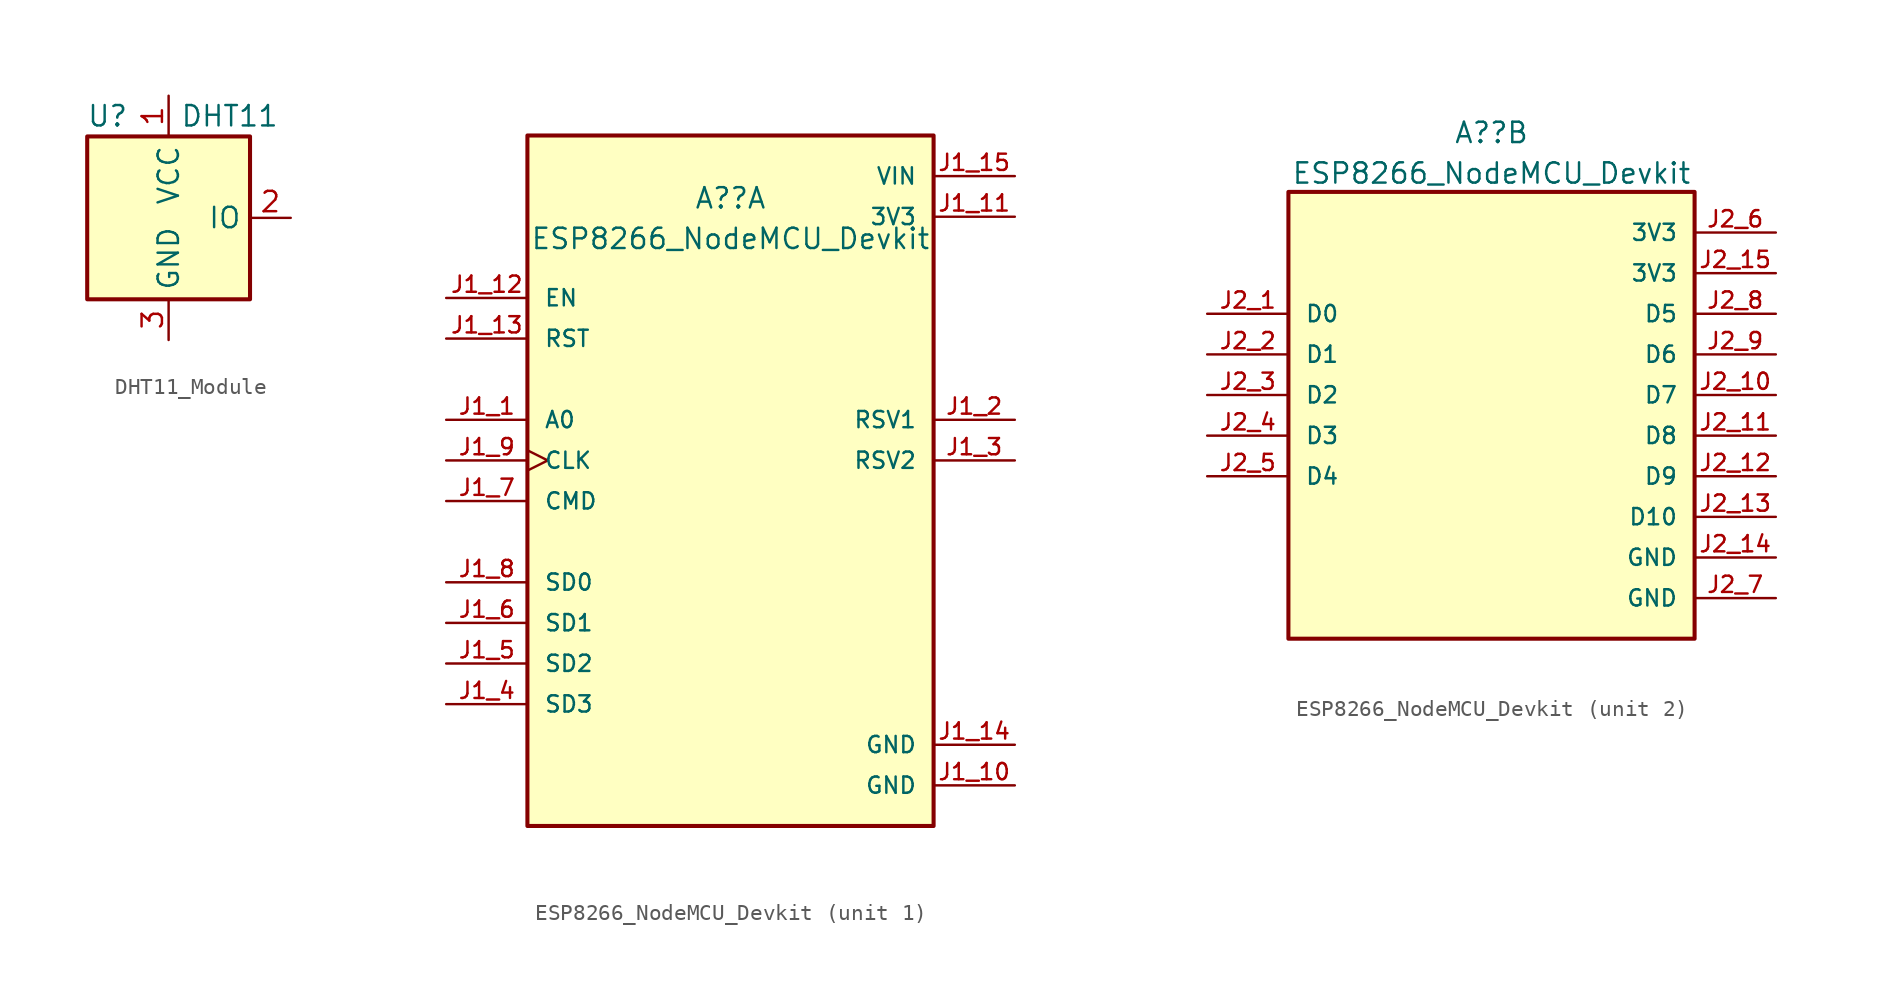
<source format=kicad_sym>
(kicad_symbol_lib
  (version 20220914)
  (generator kicad_symbol_editor)
  (symbol "DHT11_Module"
    (property "Reference" "U"
      (at -3.81 6.35 0)
      (effects (font (size 1.27 1.27))))
    (property "Value" "DHT11"
      (at 3.81 6.35 0)
      (effects (font (size 1.27 1.27))))
    (symbol "DHT11_Module_0_1"
      (rectangle (start -5.08 5.08) (end 5.08 -5.08) (stroke (width 0.254) (type default)) (fill (type background))))
    (symbol "DHT11_Module_1_1"
      (pin power_in line (at 0 7.62 270) (length 2.54) (name "VCC" (effects (font (size 1.27 1.27)))) (number "1" (effects (font (size 1.27 1.27)))))
      (pin bidirectional line (at 7.62 0 180) (length 2.54) (name "IO" (effects (font (size 1.27 1.27)))) (number "2" (effects (font (size 1.27 1.27)))))
      (pin power_in line (at 0 -7.62 90) (length 2.54) (name "GND" (effects (font (size 1.27 1.27)))) (number "3" (effects (font (size 1.27 1.27)))))))
  (symbol "ESP8266_NodeMCU_Devkit"
    (pin_names
      (offset 1.016))
    (property "Reference" "A?"
      (at 0 16.4 0)
      (effects (font (size 1.27 1.27))))
    (property "Value" "ESP8266_NodeMCU_Devkit"
      (at 0 13.863 0)
      (effects (font (size 1.27 1.27))))
    (symbol "ESP8266_NodeMCU_Devkit_1_0"
      (rectangle (start -12.7 -22.86) (end 12.7 20.32) (stroke (width 0.254) (type default)) (fill (type background)))
      (pin bidirectional line (at -17.78 2.54 0) (length 5.08) (name "A0" (effects (font (size 1.016 1.016)))) (number "J1_1" (effects (font (size 1.016 1.016)))))
      (pin power_in line (at 17.78 -20.32 180) (length 5.08) (name "GND" (effects (font (size 1.016 1.016)))) (number "J1_10" (effects (font (size 1.016 1.016)))))
      (pin power_in line (at 17.78 15.24 180) (length 5.08) (name "3V3" (effects (font (size 1.016 1.016)))) (number "J1_11" (effects (font (size 1.016 1.016)))))
      (pin input line (at -17.78 10.16 0) (length 5.08) (name "EN" (effects (font (size 1.016 1.016)))) (number "J1_12" (effects (font (size 1.016 1.016)))))
      (pin input line (at -17.78 7.62 0) (length 5.08) (name "RST" (effects (font (size 1.016 1.016)))) (number "J1_13" (effects (font (size 1.016 1.016)))))
      (pin power_in line (at 17.78 -17.78 180) (length 5.08) (name "GND" (effects (font (size 1.016 1.016)))) (number "J1_14" (effects (font (size 1.016 1.016)))))
      (pin power_in line (at 17.78 17.78 180) (length 5.08) (name "VIN" (effects (font (size 1.016 1.016)))) (number "J1_15" (effects (font (size 1.016 1.016)))))
      (pin bidirectional line (at 17.78 2.54 180) (length 5.08) (name "RSV1" (effects (font (size 1.016 1.016)))) (number "J1_2" (effects (font (size 1.016 1.016)))))
      (pin bidirectional line (at 17.78 0 180) (length 5.08) (name "RSV2" (effects (font (size 1.016 1.016)))) (number "J1_3" (effects (font (size 1.016 1.016)))))
      (pin bidirectional line (at -17.78 -15.24 0) (length 5.08) (name "SD3" (effects (font (size 1.016 1.016)))) (number "J1_4" (effects (font (size 1.016 1.016)))))
      (pin bidirectional line (at -17.78 -12.7 0) (length 5.08) (name "SD2" (effects (font (size 1.016 1.016)))) (number "J1_5" (effects (font (size 1.016 1.016)))))
      (pin bidirectional line (at -17.78 -10.16 0) (length 5.08) (name "SD1" (effects (font (size 1.016 1.016)))) (number "J1_6" (effects (font (size 1.016 1.016)))))
      (pin bidirectional line (at -17.78 -2.54 0) (length 5.08) (name "CMD" (effects (font (size 1.016 1.016)))) (number "J1_7" (effects (font (size 1.016 1.016)))))
      (pin bidirectional line (at -17.78 -7.62 0) (length 5.08) (name "SD0" (effects (font (size 1.016 1.016)))) (number "J1_8" (effects (font (size 1.016 1.016)))))
      (pin bidirectional clock (at -17.78 0 0) (length 5.08) (name "CLK" (effects (font (size 1.016 1.016)))) (number "J1_9" (effects (font (size 1.016 1.016))))))
    (symbol "ESP8266_NodeMCU_Devkit_2_0"
      (rectangle (start -12.7 -15.24) (end 12.7 12.7) (stroke (width 0.254) (type default)) (fill (type background)))
      (pin bidirectional line (at -17.78 5.08 0) (length 5.08) (name "D0" (effects (font (size 1.016 1.016)))) (number "J2_1" (effects (font (size 1.016 1.016)))))
      (pin bidirectional line (at 17.78 0 180) (length 5.08) (name "D7" (effects (font (size 1.016 1.016)))) (number "J2_10" (effects (font (size 1.016 1.016)))))
      (pin bidirectional line (at 17.78 -2.54 180) (length 5.08) (name "D8" (effects (font (size 1.016 1.016)))) (number "J2_11" (effects (font (size 1.016 1.016)))))
      (pin bidirectional line (at 17.78 -5.08 180) (length 5.08) (name "D9" (effects (font (size 1.016 1.016)))) (number "J2_12" (effects (font (size 1.016 1.016)))))
      (pin bidirectional line (at 17.78 -7.62 180) (length 5.08) (name "D10" (effects (font (size 1.016 1.016)))) (number "J2_13" (effects (font (size 1.016 1.016)))))
      (pin power_in line (at 17.78 -10.16 180) (length 5.08) (name "GND" (effects (font (size 1.016 1.016)))) (number "J2_14" (effects (font (size 1.016 1.016)))))
      (pin power_in line (at 17.78 7.62 180) (length 5.08) (name "3V3" (effects (font (size 1.016 1.016)))) (number "J2_15" (effects (font (size 1.016 1.016)))))
      (pin bidirectional line (at -17.78 2.54 0) (length 5.08) (name "D1" (effects (font (size 1.016 1.016)))) (number "J2_2" (effects (font (size 1.016 1.016)))))
      (pin bidirectional line (at -17.78 0 0) (length 5.08) (name "D2" (effects (font (size 1.016 1.016)))) (number "J2_3" (effects (font (size 1.016 1.016)))))
      (pin bidirectional line (at -17.78 -2.54 0) (length 5.08) (name "D3" (effects (font (size 1.016 1.016)))) (number "J2_4" (effects (font (size 1.016 1.016)))))
      (pin bidirectional line (at -17.78 -5.08 0) (length 5.08) (name "D4" (effects (font (size 1.016 1.016)))) (number "J2_5" (effects (font (size 1.016 1.016)))))
      (pin power_in line (at 17.78 10.16 180) (length 5.08) (name "3V3" (effects (font (size 1.016 1.016)))) (number "J2_6" (effects (font (size 1.016 1.016)))))
      (pin power_in line (at 17.78 -12.7 180) (length 5.08) (name "GND" (effects (font (size 1.016 1.016)))) (number "J2_7" (effects (font (size 1.016 1.016)))))
      (pin bidirectional line (at 17.78 5.08 180) (length 5.08) (name "D5" (effects (font (size 1.016 1.016)))) (number "J2_8" (effects (font (size 1.016 1.016)))))
      (pin bidirectional line (at 17.78 2.54 180) (length 5.08) (name "D6" (effects (font (size 1.016 1.016)))) (number "J2_9" (effects (font (size 1.016 1.016))))))))
</source>
